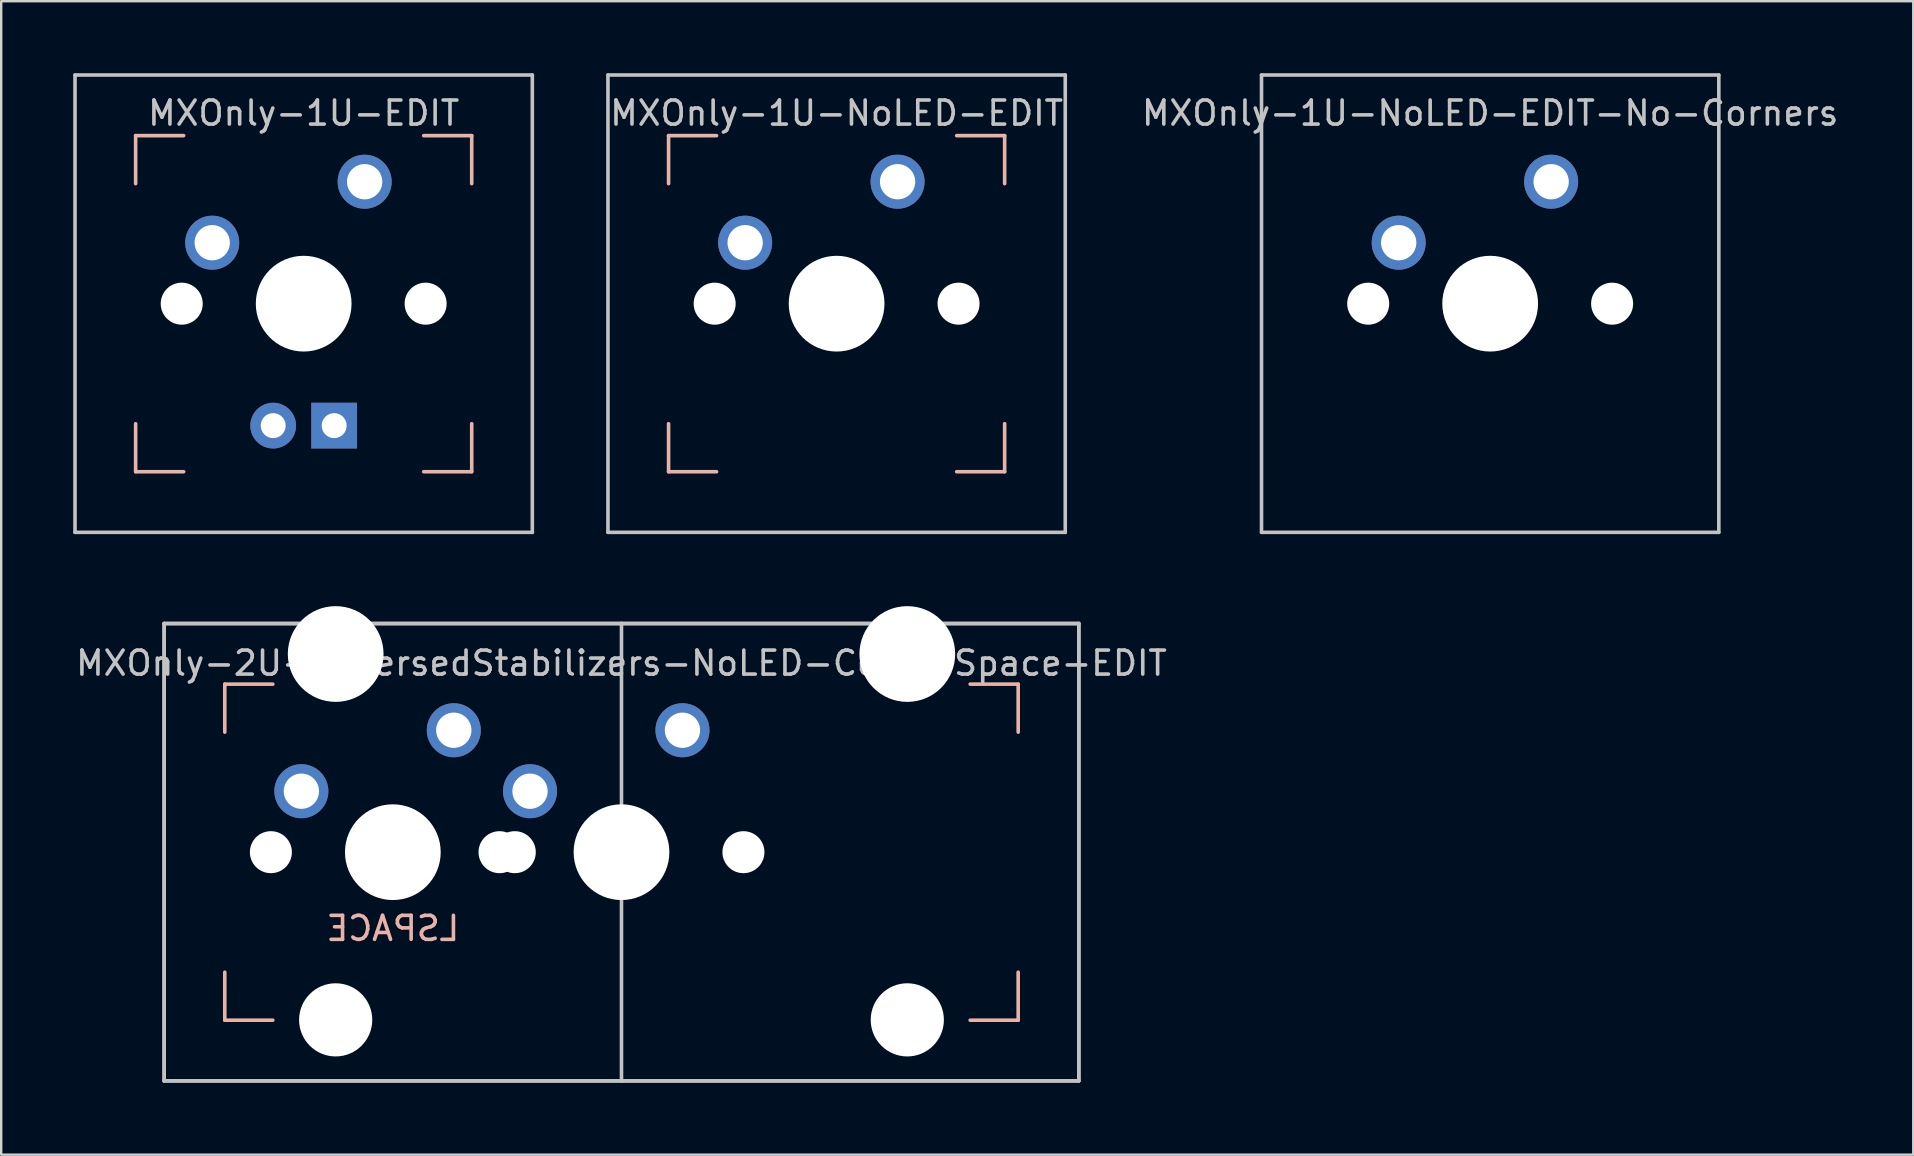
<source format=kicad_pcb>
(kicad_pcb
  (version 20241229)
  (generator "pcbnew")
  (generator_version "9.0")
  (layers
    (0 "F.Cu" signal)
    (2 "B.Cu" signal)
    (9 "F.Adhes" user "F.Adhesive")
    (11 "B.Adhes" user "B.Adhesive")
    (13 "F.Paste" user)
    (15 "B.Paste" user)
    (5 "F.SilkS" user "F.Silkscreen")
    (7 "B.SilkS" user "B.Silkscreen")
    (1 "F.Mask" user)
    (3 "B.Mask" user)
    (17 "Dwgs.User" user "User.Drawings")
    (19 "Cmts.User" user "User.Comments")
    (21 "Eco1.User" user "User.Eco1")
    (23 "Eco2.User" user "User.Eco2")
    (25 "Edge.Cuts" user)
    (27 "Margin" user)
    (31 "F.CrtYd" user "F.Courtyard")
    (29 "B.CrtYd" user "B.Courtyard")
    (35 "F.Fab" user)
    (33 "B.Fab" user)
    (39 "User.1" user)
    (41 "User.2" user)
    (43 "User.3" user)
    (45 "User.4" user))
  (footprint "MXOnly-1U-EDIT"
    (layer "F.Cu")
    (at 9.6 9.6)
    (property "Reference" "MXOnly-1U-EDIT" (at 0 -7.938 0) (layer "Dwgs.User") (effects (font (size 1 1) (thickness 0.15))))
    (attr through_hole)
    (fp_line (start -7 -7) (end -7 -5) (stroke (width 0.15) (type solid)) (layer "B.SilkS"))
    (fp_line (start -7 5) (end -7 7) (stroke (width 0.15) (type solid)) (layer "B.SilkS"))
    (fp_line (start -7 7) (end -5 7) (stroke (width 0.15) (type solid)) (layer "B.SilkS"))
    (fp_line (start -5 -7) (end -7 -7) (stroke (width 0.15) (type solid)) (layer "B.SilkS"))
    (fp_line (start 5 -7) (end 7 -7) (stroke (width 0.15) (type solid)) (layer "B.SilkS"))
    (fp_line (start 5 7) (end 7 7) (stroke (width 0.15) (type solid)) (layer "B.SilkS"))
    (fp_line (start 7 -7) (end 7 -5) (stroke (width 0.15) (type solid)) (layer "B.SilkS"))
    (fp_line (start 7 7) (end 7 5) (stroke (width 0.15) (type solid)) (layer "B.SilkS"))
    (fp_line (start -9.525 -9.525) (end 9.525 -9.525) (stroke (width 0.15) (type solid)) (layer "Dwgs.User"))
    (fp_line (start -9.525 9.525) (end -9.525 -9.525) (stroke (width 0.15) (type solid)) (layer "Dwgs.User"))
    (fp_line (start 9.525 -9.525) (end 9.525 9.525) (stroke (width 0.15) (type solid)) (layer "Dwgs.User"))
    (fp_line (start 9.525 9.525) (end -9.525 9.525) (stroke (width 0.15) (type solid)) (layer "Dwgs.User"))
    (pad "" np_thru_hole circle (at -5.08 0 48.1) (size 1.75 1.75) (drill 1.75) (layers "*.Cu" "*.Mask"))
    (pad "" np_thru_hole circle (at 0 0) (size 3.988 3.988) (drill 3.988) (layers "*.Cu" "*.Mask"))
    (pad "" np_thru_hole circle (at 5.08 0 48.1) (size 1.75 1.75) (drill 1.75) (layers "*.Cu" "*.Mask"))
    (pad "1" thru_hole circle (at -3.81 -2.54) (size 2.25 2.25) (drill 1.47) (layers "*.Cu" "*.Mask"))
    (pad "2" thru_hole circle (at 2.54 -5.08) (size 2.25 2.25) (drill 1.47) (layers "*.Cu" "*.Mask"))
    (pad "3" thru_hole circle (at -1.27 5.08) (size 1.905 1.905) (drill 1.04) (layers "*.Cu" "*.Mask"))
    (pad "4" thru_hole rect (at 1.27 5.08) (size 1.905 1.905) (drill 1.04) (layers "*.Cu" "*.Mask")))
  (footprint "MXOnly-1U-NoLED-EDIT"
    (layer "F.Cu")
    (at 31.8 9.6)
    (property "Reference" "MXOnly-1U-NoLED-EDIT" (at 0 -7.938 0) (layer "Dwgs.User") (effects (font (size 1 1) (thickness 0.15))))
    (attr through_hole)
    (fp_line (start -7 -7) (end -7 -5) (stroke (width 0.15) (type solid)) (layer "B.SilkS"))
    (fp_line (start -7 5) (end -7 7) (stroke (width 0.15) (type solid)) (layer "B.SilkS"))
    (fp_line (start -7 7) (end -5 7) (stroke (width 0.15) (type solid)) (layer "B.SilkS"))
    (fp_line (start -5 -7) (end -7 -7) (stroke (width 0.15) (type solid)) (layer "B.SilkS"))
    (fp_line (start 5 -7) (end 7 -7) (stroke (width 0.15) (type solid)) (layer "B.SilkS"))
    (fp_line (start 5 7) (end 7 7) (stroke (width 0.15) (type solid)) (layer "B.SilkS"))
    (fp_line (start 7 -7) (end 7 -5) (stroke (width 0.15) (type solid)) (layer "B.SilkS"))
    (fp_line (start 7 7) (end 7 5) (stroke (width 0.15) (type solid)) (layer "B.SilkS"))
    (fp_line (start -9.525 -9.525) (end 9.525 -9.525) (stroke (width 0.15) (type solid)) (layer "Dwgs.User"))
    (fp_line (start -9.525 9.525) (end -9.525 -9.525) (stroke (width 0.15) (type solid)) (layer "Dwgs.User"))
    (fp_line (start 9.525 -9.525) (end 9.525 9.525) (stroke (width 0.15) (type solid)) (layer "Dwgs.User"))
    (fp_line (start 9.525 9.525) (end -9.525 9.525) (stroke (width 0.15) (type solid)) (layer "Dwgs.User"))
    (pad "" np_thru_hole circle (at -5.08 0 48.1) (size 1.75 1.75) (drill 1.75) (layers "*.Cu" "*.Mask"))
    (pad "" np_thru_hole circle (at 0 0) (size 3.988 3.988) (drill 3.988) (layers "*.Cu" "*.Mask"))
    (pad "" np_thru_hole circle (at 5.08 0 48.1) (size 1.75 1.75) (drill 1.75) (layers "*.Cu" "*.Mask"))
    (pad "1" thru_hole circle (at -3.81 -2.54) (size 2.25 2.25) (drill 1.47) (layers "*.Cu" "*.Mask"))
    (pad "2" thru_hole circle (at 2.54 -5.08) (size 2.25 2.25) (drill 1.47) (layers "*.Cu" "*.Mask")))
  (footprint "MXOnly-2U-ReversedStabilizers-NoLED-ComboSpace-EDIT"
    (layer "F.Cu")
    (at 22.839 32.449)
    (property "Reference" "MXOnly-2U-ReversedStabilizers-NoLED-ComboSpace-EDIT" (at 0 -7.874 0) (layer "Dwgs.User") (effects (font (size 1 1) (thickness 0.15))))
    (attr through_hole)
    (fp_line (start -16.525 -7) (end -16.525 -5) (stroke (width 0.15) (type solid)) (layer "B.SilkS"))
    (fp_line (start -16.525 5) (end -16.525 7) (stroke (width 0.15) (type solid)) (layer "B.SilkS"))
    (fp_line (start -16.525 7) (end -14.525 7) (stroke (width 0.15) (type solid)) (layer "B.SilkS"))
    (fp_line (start -14.525 -7) (end -16.525 -7) (stroke (width 0.15) (type solid)) (layer "B.SilkS"))
    (fp_line (start 14.525 -7) (end 16.525 -7) (stroke (width 0.15) (type solid)) (layer "B.SilkS"))
    (fp_line (start 14.525 7) (end 16.525 7) (stroke (width 0.15) (type solid)) (layer "B.SilkS"))
    (fp_line (start 16.525 -7) (end 16.525 -5) (stroke (width 0.15) (type solid)) (layer "B.SilkS"))
    (fp_line (start 16.525 7) (end 16.525 5) (stroke (width 0.15) (type solid)) (layer "B.SilkS"))
    (fp_line (start -19.05 -9.525) (end 0 -9.525) (stroke (width 0.15) (type solid)) (layer "Dwgs.User"))
    (fp_line (start -19.05 -9.525) (end 19.05 -9.525) (stroke (width 0.15) (type solid)) (layer "Dwgs.User"))
    (fp_line (start -19.05 9.525) (end -19.05 -9.525) (stroke (width 0.15) (type solid)) (layer "Dwgs.User"))
    (fp_line (start -19.05 9.525) (end -19.05 -9.525) (stroke (width 0.15) (type solid)) (layer "Dwgs.User"))
    (fp_line (start -19.05 9.525) (end 19.05 9.525) (stroke (width 0.15) (type solid)) (layer "Dwgs.User"))
    (fp_line (start 0 -9.525) (end 0 9.525) (stroke (width 0.15) (type solid)) (layer "Dwgs.User"))
    (fp_line (start 0 -9.525) (end 19.05 -9.525) (stroke (width 0.15) (type solid)) (layer "Dwgs.User"))
    (fp_line (start 0 9.525) (end -19.05 9.525) (stroke (width 0.15) (type solid)) (layer "Dwgs.User"))
    (fp_line (start 19.05 -9.525) (end 19.05 9.525) (stroke (width 0.15) (type solid)) (layer "Dwgs.User"))
    (fp_line (start 19.05 -9.525) (end 19.05 9.525) (stroke (width 0.15) (type solid)) (layer "Dwgs.User"))
    (fp_line (start 19.05 9.525) (end 0 9.525) (stroke (width 0.15) (type solid)) (layer "Dwgs.User"))
    (fp_text user "LSPACE" (at -9.525 3.175 0) (layer "B.SilkS") (effects (font (size 1 1) (thickness 0.15)) (justify mirror)))
    (pad "" np_thru_hole circle (at -14.605 0 48.1) (size 1.75 1.75) (drill 1.75) (layers "*.Cu" "*.Mask"))
    (pad "" np_thru_hole circle (at -11.906 -8.255) (size 3.988 3.988) (drill 3.988) (layers "*.Cu" "*.Mask"))
    (pad "" np_thru_hole circle (at -11.906 6.985) (size 3.048 3.048) (drill 3.048) (layers "*.Cu" "*.Mask"))
    (pad "" np_thru_hole circle (at -9.525 0) (size 3.988 3.988) (drill 3.988) (layers "*.Cu" "*.Mask"))
    (pad "" np_thru_hole circle (at -5.08 0 48.1) (size 1.75 1.75) (drill 1.75) (layers "*.Cu" "*.Mask"))
    (pad "" np_thru_hole circle (at -4.445 0 48.1) (size 1.75 1.75) (drill 1.75) (layers "*.Cu" "*.Mask"))
    (pad "" np_thru_hole circle (at 0 0) (size 3.988 3.988) (drill 3.988) (layers "*.Cu" "*.Mask"))
    (pad "" np_thru_hole circle (at 5.08 0 48.1) (size 1.75 1.75) (drill 1.75) (layers "*.Cu" "*.Mask"))
    (pad "" np_thru_hole circle (at 11.906 -8.255) (size 3.988 3.988) (drill 3.988) (layers "*.Cu" "*.Mask"))
    (pad "" np_thru_hole circle (at 11.906 6.985) (size 3.048 3.048) (drill 3.048) (layers "*.Cu" "*.Mask"))
    (pad "1" thru_hole circle (at -13.335 -2.54) (size 2.25 2.25) (drill 1.47) (layers "*.Cu" "*.Mask"))
    (pad "1" thru_hole circle (at -3.81 -2.54) (size 2.25 2.25) (drill 1.47) (layers "*.Cu" "*.Mask"))
    (pad "2" thru_hole circle (at -6.985 -5.08) (size 2.25 2.25) (drill 1.47) (layers "*.Cu" "*.Mask"))
    (pad "2" thru_hole circle (at 2.54 -5.08) (size 2.25 2.25) (drill 1.47) (layers "*.Cu" "*.Mask")))
  (footprint "MXOnly-1U-NoLED-EDIT-No-Corners"
    (layer "F.Cu")
    (at 59.025 9.6)
    (property "Reference" "MXOnly-1U-NoLED-EDIT-No-Corners" (at 0 -7.938 0) (layer "Dwgs.User") (effects (font (size 1 1) (thickness 0.15))))
    (attr through_hole)
    (fp_line (start -9.525 -9.525) (end 9.525 -9.525) (stroke (width 0.15) (type solid)) (layer "Dwgs.User"))
    (fp_line (start -9.525 9.525) (end -9.525 -9.525) (stroke (width 0.15) (type solid)) (layer "Dwgs.User"))
    (fp_line (start 9.525 -9.525) (end 9.525 9.525) (stroke (width 0.15) (type solid)) (layer "Dwgs.User"))
    (fp_line (start 9.525 9.525) (end -9.525 9.525) (stroke (width 0.15) (type solid)) (layer "Dwgs.User"))
    (pad "" np_thru_hole circle (at -5.08 0 48.1) (size 1.75 1.75) (drill 1.75) (layers "*.Cu" "*.Mask"))
    (pad "" np_thru_hole circle (at 0 0) (size 3.988 3.988) (drill 3.988) (layers "*.Cu" "*.Mask"))
    (pad "" np_thru_hole circle (at 5.08 0 48.1) (size 1.75 1.75) (drill 1.75) (layers "*.Cu" "*.Mask"))
    (pad "1" thru_hole circle (at -3.81 -2.54) (size 2.25 2.25) (drill 1.47) (layers "*.Cu" "*.Mask"))
    (pad "2" thru_hole circle (at 2.54 -5.08) (size 2.25 2.25) (drill 1.47) (layers "*.Cu" "*.Mask")))
  (gr_rect
    (start -3 -3)
    (end 76.65 45.049)
    (stroke (width 0.1) (type default))
    (fill no)
    (layer "Edge.Cuts")))
</source>
